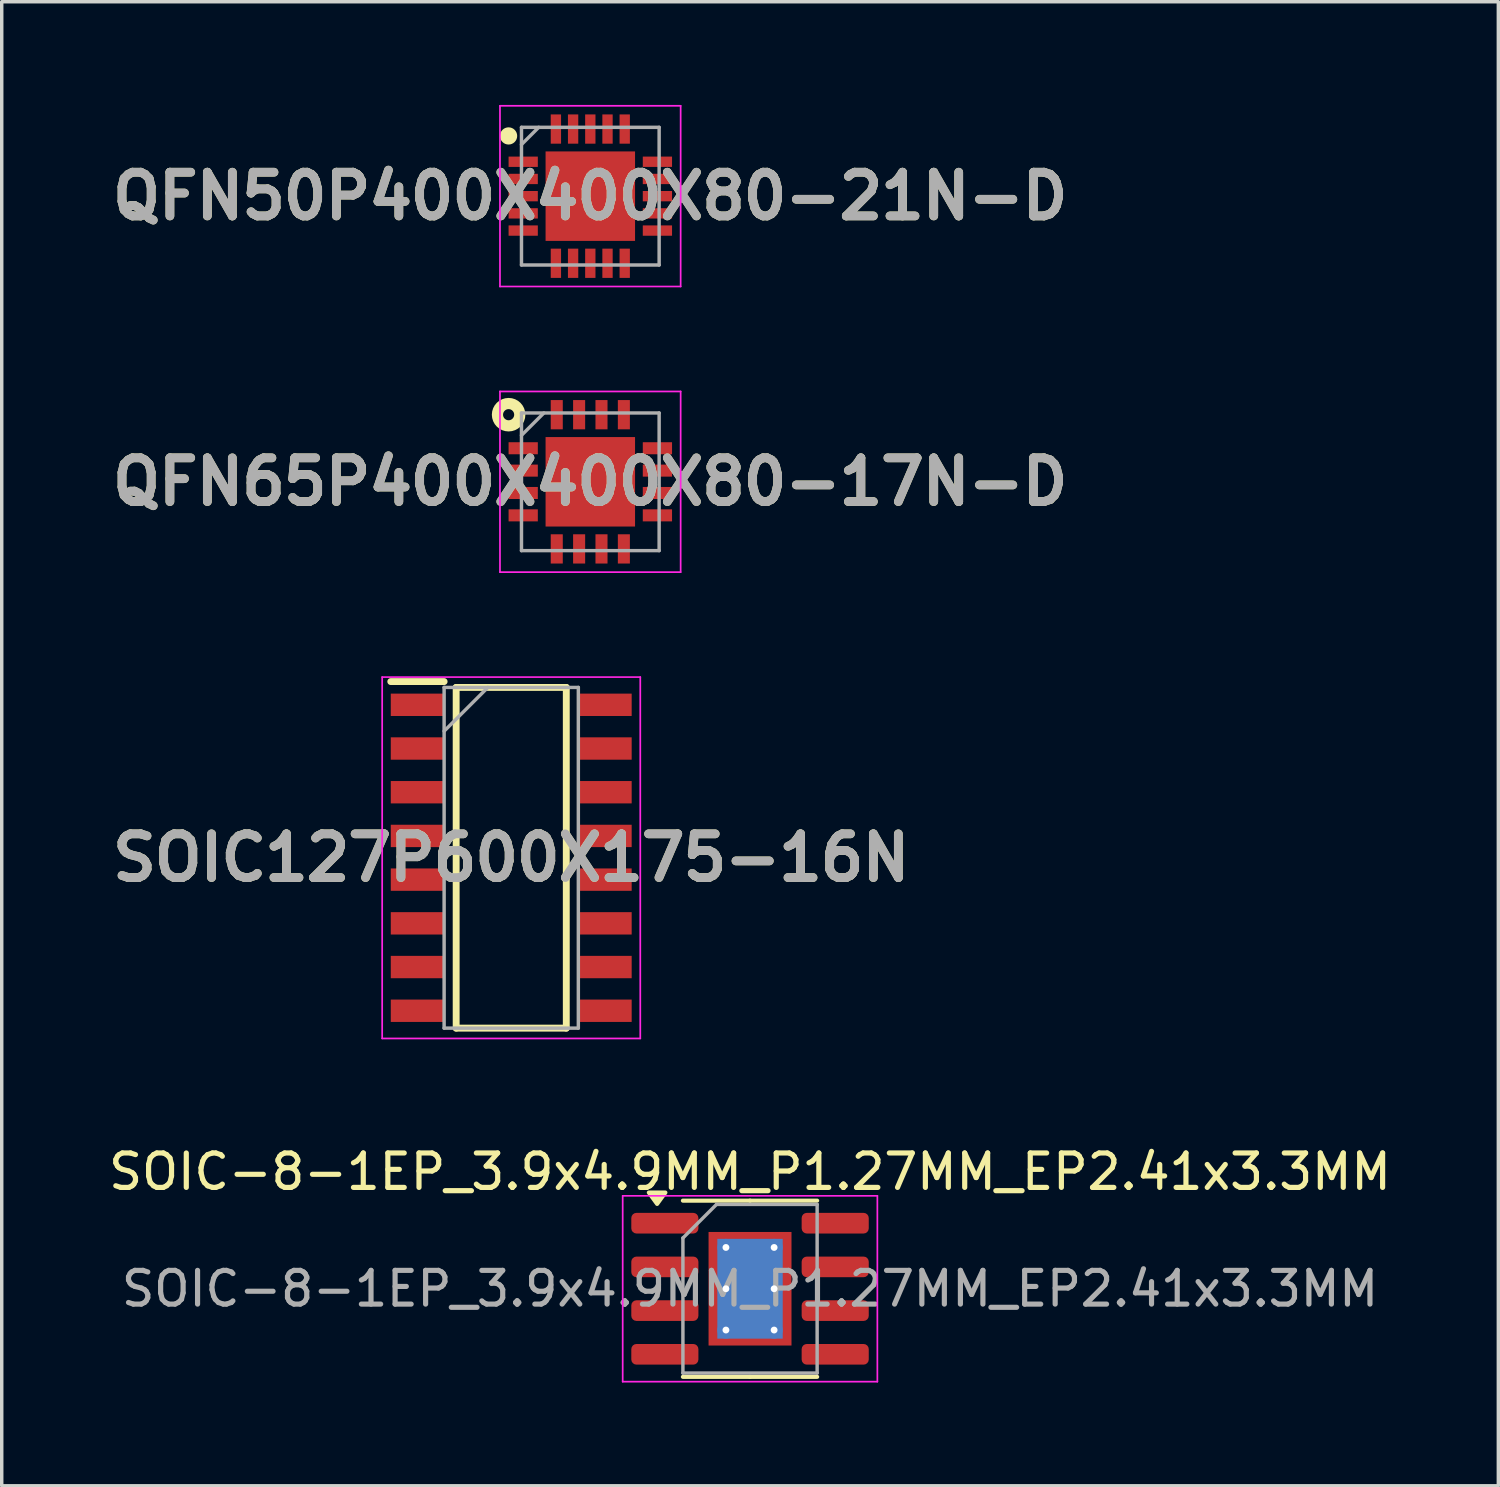
<source format=kicad_pcb>
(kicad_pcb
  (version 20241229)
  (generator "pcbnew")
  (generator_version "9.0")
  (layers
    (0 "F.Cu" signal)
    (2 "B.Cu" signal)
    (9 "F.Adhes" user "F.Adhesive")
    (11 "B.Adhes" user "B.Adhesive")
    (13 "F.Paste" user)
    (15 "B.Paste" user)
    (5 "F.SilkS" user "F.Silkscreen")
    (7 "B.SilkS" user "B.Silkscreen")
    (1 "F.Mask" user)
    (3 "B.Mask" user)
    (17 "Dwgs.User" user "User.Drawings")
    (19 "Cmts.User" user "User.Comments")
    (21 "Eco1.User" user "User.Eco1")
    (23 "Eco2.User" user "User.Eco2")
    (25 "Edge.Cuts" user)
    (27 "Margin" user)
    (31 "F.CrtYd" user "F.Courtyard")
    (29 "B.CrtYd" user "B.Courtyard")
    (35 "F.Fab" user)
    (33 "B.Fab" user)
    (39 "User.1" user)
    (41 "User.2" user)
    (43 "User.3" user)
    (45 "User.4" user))
  (footprint "SOIC-8-1EP_3.9x4.9MM_P1.27MM_EP2.41x3.3MM"
    (layer "F.Cu")
    (at 18.744 34.398)
    (property "Reference" "SOIC-8-1EP_3.9x4.9MM_P1.27MM_EP2.41x3.3MM" (at 0 -3.4 0) (layer "F.SilkS") (effects (font (size 1 1) (thickness 0.15))))
    (attr smd)
    (fp_line (start 0 -2.56) (end -1.95 -2.56) (stroke (width 0.12) (type solid)) (layer "F.SilkS"))
    (fp_line (start 0 -2.56) (end 1.95 -2.56) (stroke (width 0.12) (type solid)) (layer "F.SilkS"))
    (fp_line (start 0 2.56) (end -1.95 2.56) (stroke (width 0.12) (type solid)) (layer "F.SilkS"))
    (fp_line (start 0 2.56) (end 1.95 2.56) (stroke (width 0.12) (type solid)) (layer "F.SilkS"))
    (fp_poly (pts (xy -2.7 -2.465) (xy -2.94 -2.795) (xy -2.46 -2.795) (xy -2.7 -2.465)) (stroke (width 0.12) (type solid)) (fill yes) (layer "F.SilkS"))
    (fp_line (start -3.7 -2.7) (end -3.7 2.7) (stroke (width 0.05) (type solid)) (layer "F.CrtYd"))
    (fp_line (start -3.7 2.7) (end 3.7 2.7) (stroke (width 0.05) (type solid)) (layer "F.CrtYd"))
    (fp_line (start 3.7 -2.7) (end -3.7 -2.7) (stroke (width 0.05) (type solid)) (layer "F.CrtYd"))
    (fp_line (start 3.7 2.7) (end 3.7 -2.7) (stroke (width 0.05) (type solid)) (layer "F.CrtYd"))
    (fp_line (start -1.95 -1.475) (end -0.975 -2.45) (stroke (width 0.1) (type solid)) (layer "F.Fab"))
    (fp_line (start -1.95 2.45) (end -1.95 -1.475) (stroke (width 0.1) (type solid)) (layer "F.Fab"))
    (fp_line (start -0.975 -2.45) (end 1.95 -2.45) (stroke (width 0.1) (type solid)) (layer "F.Fab"))
    (fp_line (start 1.95 -2.45) (end 1.95 2.45) (stroke (width 0.1) (type solid)) (layer "F.Fab"))
    (fp_line (start 1.95 2.45) (end -1.95 2.45) (stroke (width 0.1) (type solid)) (layer "F.Fab"))
    (fp_text user "${REFERENCE}" (at 0 0 0) (layer "F.Fab") (effects (font (size 0.98 0.98) (thickness 0.15))))
    (pad "" smd roundrect (at -0.6 -0.825) (size 1.01 1.38) (layers "F.Paste") (roundrect_rratio 0.248))
    (pad "" smd roundrect (at -0.6 0.825) (size 1.01 1.38) (layers "F.Paste") (roundrect_rratio 0.248))
    (pad "" smd roundrect (at 0.6 -0.825) (size 1.01 1.38) (layers "F.Paste") (roundrect_rratio 0.248))
    (pad "" smd roundrect (at 0.6 0.825) (size 1.01 1.38) (layers "F.Paste") (roundrect_rratio 0.248))
    (pad "1" smd roundrect (at -2.475 -1.905) (size 1.95 0.6) (layers "F.Cu" "F.Mask" "F.Paste") (roundrect_rratio 0.25))
    (pad "2" smd roundrect (at -2.475 -0.635) (size 1.95 0.6) (layers "F.Cu" "F.Mask" "F.Paste") (roundrect_rratio 0.25))
    (pad "3" smd roundrect (at -2.475 0.635) (size 1.95 0.6) (layers "F.Cu" "F.Mask" "F.Paste") (roundrect_rratio 0.25))
    (pad "4" smd roundrect (at -2.475 1.905) (size 1.95 0.6) (layers "F.Cu" "F.Mask" "F.Paste") (roundrect_rratio 0.25))
    (pad "5" smd roundrect (at 2.475 1.905) (size 1.95 0.6) (layers "F.Cu" "F.Mask" "F.Paste") (roundrect_rratio 0.25))
    (pad "6" smd roundrect (at 2.475 0.635) (size 1.95 0.6) (layers "F.Cu" "F.Mask" "F.Paste") (roundrect_rratio 0.25))
    (pad "7" smd roundrect (at 2.475 -0.635) (size 1.95 0.6) (layers "F.Cu" "F.Mask" "F.Paste") (roundrect_rratio 0.25))
    (pad "8" smd roundrect (at 2.475 -1.905) (size 1.95 0.6) (layers "F.Cu" "F.Mask" "F.Paste") (roundrect_rratio 0.25))
    (pad "9" thru_hole circle (at -0.7 -1.2) (size 0.5 0.5) (drill 0.2) (property pad_prop_heatsink) (layers "*.Cu"))
    (pad "9" thru_hole circle (at -0.7 0) (size 0.5 0.5) (drill 0.2) (property pad_prop_heatsink) (layers "*.Cu"))
    (pad "9" thru_hole circle (at -0.7 1.2) (size 0.5 0.5) (drill 0.2) (property pad_prop_heatsink) (layers "*.Cu"))
    (pad "9" smd rect (at 0 0) (size 1.9 2.9) (property pad_prop_heatsink) (layers "B.Cu"))
    (pad "9" smd rect (at 0 0) (size 2.41 3.3) (property pad_prop_heatsink) (layers "F.Cu" "F.Mask"))
    (pad "9" thru_hole circle (at 0.7 -1.2) (size 0.5 0.5) (drill 0.2) (property pad_prop_heatsink) (layers "*.Cu"))
    (pad "9" thru_hole circle (at 0.7 0) (size 0.5 0.5) (drill 0.2) (property pad_prop_heatsink) (layers "*.Cu"))
    (pad "9" thru_hole circle (at 0.7 1.2) (size 0.5 0.5) (drill 0.2) (property pad_prop_heatsink) (layers "*.Cu")))
  (footprint "QFN65P400X400X80-17N-D"
    (layer "F.Cu")
    (at 14.103 10.95)
    (property "Reference" "QFN65P400X400X80-17N-D" (at 0 0 0) (layer "F.SilkS") (effects (font (size 1.27 1.27) (thickness 0.254))))
    (attr smd)
    (fp_circle (center -2.374 -1.95) (end -2.374 -1.788) (stroke (width 0.325) (type solid)) (fill no) (layer "F.SilkS"))
    (fp_line (start -2.625 -2.625) (end 2.625 -2.625) (stroke (width 0.05) (type solid)) (layer "F.CrtYd"))
    (fp_line (start -2.625 2.625) (end -2.625 -2.625) (stroke (width 0.05) (type solid)) (layer "F.CrtYd"))
    (fp_line (start 2.625 -2.625) (end 2.625 2.625) (stroke (width 0.05) (type solid)) (layer "F.CrtYd"))
    (fp_line (start 2.625 2.625) (end -2.625 2.625) (stroke (width 0.05) (type solid)) (layer "F.CrtYd"))
    (fp_line (start -2 -2) (end 2 -2) (stroke (width 0.1) (type solid)) (layer "F.Fab"))
    (fp_line (start -2 -1.35) (end -1.35 -2) (stroke (width 0.1) (type solid)) (layer "F.Fab"))
    (fp_line (start -2 2) (end -2 -2) (stroke (width 0.1) (type solid)) (layer "F.Fab"))
    (fp_line (start 2 -2) (end 2 2) (stroke (width 0.1) (type solid)) (layer "F.Fab"))
    (fp_line (start 2 2) (end -2 2) (stroke (width 0.1) (type solid)) (layer "F.Fab"))
    (fp_text user "${REFERENCE}" (at 0 0 0) (layer "F.Fab") (effects (font (size 1.27 1.27) (thickness 0.254))))
    (pad "1" smd rect (at -1.95 -0.975 90) (size 0.35 0.85) (layers "F.Cu" "F.Mask" "F.Paste"))
    (pad "2" smd rect (at -1.95 -0.325 90) (size 0.35 0.85) (layers "F.Cu" "F.Mask" "F.Paste"))
    (pad "3" smd rect (at -1.95 0.325 90) (size 0.35 0.85) (layers "F.Cu" "F.Mask" "F.Paste"))
    (pad "4" smd rect (at -1.95 0.975 90) (size 0.35 0.85) (layers "F.Cu" "F.Mask" "F.Paste"))
    (pad "5" smd rect (at -0.975 1.95) (size 0.35 0.85) (layers "F.Cu" "F.Mask" "F.Paste"))
    (pad "6" smd rect (at -0.325 1.95) (size 0.35 0.85) (layers "F.Cu" "F.Mask" "F.Paste"))
    (pad "7" smd rect (at 0.325 1.95) (size 0.35 0.85) (layers "F.Cu" "F.Mask" "F.Paste"))
    (pad "8" smd rect (at 0.975 1.95) (size 0.35 0.85) (layers "F.Cu" "F.Mask" "F.Paste"))
    (pad "9" smd rect (at 1.95 0.975 90) (size 0.35 0.85) (layers "F.Cu" "F.Mask" "F.Paste"))
    (pad "10" smd rect (at 1.95 0.325 90) (size 0.35 0.85) (layers "F.Cu" "F.Mask" "F.Paste"))
    (pad "11" smd rect (at 1.95 -0.325 90) (size 0.35 0.85) (layers "F.Cu" "F.Mask" "F.Paste"))
    (pad "12" smd rect (at 1.95 -0.975 90) (size 0.35 0.85) (layers "F.Cu" "F.Mask" "F.Paste"))
    (pad "13" smd rect (at 0.975 -1.95) (size 0.35 0.85) (layers "F.Cu" "F.Mask" "F.Paste"))
    (pad "14" smd rect (at 0.325 -1.95) (size 0.35 0.85) (layers "F.Cu" "F.Mask" "F.Paste"))
    (pad "15" smd rect (at -0.325 -1.95) (size 0.35 0.85) (layers "F.Cu" "F.Mask" "F.Paste"))
    (pad "16" smd rect (at -0.975 -1.95) (size 0.35 0.85) (layers "F.Cu" "F.Mask" "F.Paste"))
    (pad "17" smd rect (at 0 0) (size 2.6 2.6) (layers "F.Cu" "F.Mask" "F.Paste")))
  (footprint "SOIC127P600X175-16N"
    (layer "F.Cu")
    (at 11.805 21.875)
    (property "Reference" "SOIC127P600X175-16N" (at 0 0 0) (layer "F.SilkS") (effects (font (size 1.27 1.27) (thickness 0.254))))
    (attr smd)
    (fp_line (start -3.5 -5.12) (end -1.95 -5.12) (stroke (width 0.2) (type solid)) (layer "F.SilkS"))
    (fp_line (start -1.6 -4.95) (end 1.6 -4.95) (stroke (width 0.2) (type solid)) (layer "F.SilkS"))
    (fp_line (start -1.6 4.95) (end -1.6 -4.95) (stroke (width 0.2) (type solid)) (layer "F.SilkS"))
    (fp_line (start 1.6 -4.95) (end 1.6 4.95) (stroke (width 0.2) (type solid)) (layer "F.SilkS"))
    (fp_line (start 1.6 4.95) (end -1.6 4.95) (stroke (width 0.2) (type solid)) (layer "F.SilkS"))
    (fp_line (start -3.75 -5.25) (end 3.75 -5.25) (stroke (width 0.05) (type solid)) (layer "F.CrtYd"))
    (fp_line (start -3.75 5.25) (end -3.75 -5.25) (stroke (width 0.05) (type solid)) (layer "F.CrtYd"))
    (fp_line (start 3.75 -5.25) (end 3.75 5.25) (stroke (width 0.05) (type solid)) (layer "F.CrtYd"))
    (fp_line (start 3.75 5.25) (end -3.75 5.25) (stroke (width 0.05) (type solid)) (layer "F.CrtYd"))
    (fp_line (start -1.95 -4.95) (end 1.95 -4.95) (stroke (width 0.1) (type solid)) (layer "F.Fab"))
    (fp_line (start -1.95 -3.68) (end -0.68 -4.95) (stroke (width 0.1) (type solid)) (layer "F.Fab"))
    (fp_line (start -1.95 4.95) (end -1.95 -4.95) (stroke (width 0.1) (type solid)) (layer "F.Fab"))
    (fp_line (start 1.95 -4.95) (end 1.95 4.95) (stroke (width 0.1) (type solid)) (layer "F.Fab"))
    (fp_line (start 1.95 4.95) (end -1.95 4.95) (stroke (width 0.1) (type solid)) (layer "F.Fab"))
    (fp_text user "${REFERENCE}" (at 0 0 0) (layer "F.Fab") (effects (font (size 1.27 1.27) (thickness 0.254))))
    (pad "1" smd rect (at -2.725 -4.445 90) (size 0.65 1.55) (layers "F.Cu" "F.Mask" "F.Paste"))
    (pad "2" smd rect (at -2.725 -3.175 90) (size 0.65 1.55) (layers "F.Cu" "F.Mask" "F.Paste"))
    (pad "3" smd rect (at -2.725 -1.905 90) (size 0.65 1.55) (layers "F.Cu" "F.Mask" "F.Paste"))
    (pad "4" smd rect (at -2.725 -0.635 90) (size 0.65 1.55) (layers "F.Cu" "F.Mask" "F.Paste"))
    (pad "5" smd rect (at -2.725 0.635 90) (size 0.65 1.55) (layers "F.Cu" "F.Mask" "F.Paste"))
    (pad "6" smd rect (at -2.725 1.905 90) (size 0.65 1.55) (layers "F.Cu" "F.Mask" "F.Paste"))
    (pad "7" smd rect (at -2.725 3.175 90) (size 0.65 1.55) (layers "F.Cu" "F.Mask" "F.Paste"))
    (pad "8" smd rect (at -2.725 4.445 90) (size 0.65 1.55) (layers "F.Cu" "F.Mask" "F.Paste"))
    (pad "9" smd rect (at 2.725 4.445 90) (size 0.65 1.55) (layers "F.Cu" "F.Mask" "F.Paste"))
    (pad "10" smd rect (at 2.725 3.175 90) (size 0.65 1.55) (layers "F.Cu" "F.Mask" "F.Paste"))
    (pad "11" smd rect (at 2.725 1.905 90) (size 0.65 1.55) (layers "F.Cu" "F.Mask" "F.Paste"))
    (pad "12" smd rect (at 2.725 0.635 90) (size 0.65 1.55) (layers "F.Cu" "F.Mask" "F.Paste"))
    (pad "13" smd rect (at 2.725 -0.635 90) (size 0.65 1.55) (layers "F.Cu" "F.Mask" "F.Paste"))
    (pad "14" smd rect (at 2.725 -1.905 90) (size 0.65 1.55) (layers "F.Cu" "F.Mask" "F.Paste"))
    (pad "15" smd rect (at 2.725 -3.175 90) (size 0.65 1.55) (layers "F.Cu" "F.Mask" "F.Paste"))
    (pad "16" smd rect (at 2.725 -4.445 90) (size 0.65 1.55) (layers "F.Cu" "F.Mask" "F.Paste")))
  (footprint "QFN50P400X400X80-21N-D"
    (layer "F.Cu")
    (at 14.103 2.65)
    (property "Reference" "QFN50P400X400X80-21N-D" (at 0 0 0) (layer "F.SilkS") (effects (font (size 1.27 1.27) (thickness 0.254))))
    (attr smd)
    (fp_circle (center -2.375 -1.75) (end -2.375 -1.625) (stroke (width 0.25) (type solid)) (fill no) (layer "F.SilkS"))
    (fp_line (start -2.625 -2.625) (end 2.625 -2.625) (stroke (width 0.05) (type solid)) (layer "F.CrtYd"))
    (fp_line (start -2.625 2.625) (end -2.625 -2.625) (stroke (width 0.05) (type solid)) (layer "F.CrtYd"))
    (fp_line (start 2.625 -2.625) (end 2.625 2.625) (stroke (width 0.05) (type solid)) (layer "F.CrtYd"))
    (fp_line (start 2.625 2.625) (end -2.625 2.625) (stroke (width 0.05) (type solid)) (layer "F.CrtYd"))
    (fp_line (start -2 -2) (end 2 -2) (stroke (width 0.1) (type solid)) (layer "F.Fab"))
    (fp_line (start -2 -1.5) (end -1.5 -2) (stroke (width 0.1) (type solid)) (layer "F.Fab"))
    (fp_line (start -2 2) (end -2 -2) (stroke (width 0.1) (type solid)) (layer "F.Fab"))
    (fp_line (start 2 -2) (end 2 2) (stroke (width 0.1) (type solid)) (layer "F.Fab"))
    (fp_line (start 2 2) (end -2 2) (stroke (width 0.1) (type solid)) (layer "F.Fab"))
    (fp_text user "${REFERENCE}" (at 0 0 0) (layer "F.Fab") (effects (font (size 1.27 1.27) (thickness 0.254))))
    (pad "1" smd rect (at -1.95 -1 90) (size 0.3 0.85) (layers "F.Cu" "F.Mask" "F.Paste"))
    (pad "2" smd rect (at -1.95 -0.5 90) (size 0.3 0.85) (layers "F.Cu" "F.Mask" "F.Paste"))
    (pad "3" smd rect (at -1.95 0 90) (size 0.3 0.85) (layers "F.Cu" "F.Mask" "F.Paste"))
    (pad "4" smd rect (at -1.95 0.5 90) (size 0.3 0.85) (layers "F.Cu" "F.Mask" "F.Paste"))
    (pad "5" smd rect (at -1.95 1 90) (size 0.3 0.85) (layers "F.Cu" "F.Mask" "F.Paste"))
    (pad "6" smd rect (at -1 1.95) (size 0.3 0.85) (layers "F.Cu" "F.Mask" "F.Paste"))
    (pad "7" smd rect (at -0.5 1.95) (size 0.3 0.85) (layers "F.Cu" "F.Mask" "F.Paste"))
    (pad "8" smd rect (at 0 1.95) (size 0.3 0.85) (layers "F.Cu" "F.Mask" "F.Paste"))
    (pad "9" smd rect (at 0.5 1.95) (size 0.3 0.85) (layers "F.Cu" "F.Mask" "F.Paste"))
    (pad "10" smd rect (at 1 1.95) (size 0.3 0.85) (layers "F.Cu" "F.Mask" "F.Paste"))
    (pad "11" smd rect (at 1.95 1 90) (size 0.3 0.85) (layers "F.Cu" "F.Mask" "F.Paste"))
    (pad "12" smd rect (at 1.95 0.5 90) (size 0.3 0.85) (layers "F.Cu" "F.Mask" "F.Paste"))
    (pad "13" smd rect (at 1.95 0 90) (size 0.3 0.85) (layers "F.Cu" "F.Mask" "F.Paste"))
    (pad "14" smd rect (at 1.95 -0.5 90) (size 0.3 0.85) (layers "F.Cu" "F.Mask" "F.Paste"))
    (pad "15" smd rect (at 1.95 -1 90) (size 0.3 0.85) (layers "F.Cu" "F.Mask" "F.Paste"))
    (pad "16" smd rect (at 1 -1.95) (size 0.3 0.85) (layers "F.Cu" "F.Mask" "F.Paste"))
    (pad "17" smd rect (at 0.5 -1.95) (size 0.3 0.85) (layers "F.Cu" "F.Mask" "F.Paste"))
    (pad "18" smd rect (at 0 -1.95) (size 0.3 0.85) (layers "F.Cu" "F.Mask" "F.Paste"))
    (pad "19" smd rect (at -0.5 -1.95) (size 0.3 0.85) (layers "F.Cu" "F.Mask" "F.Paste"))
    (pad "20" smd rect (at -1 -1.95) (size 0.3 0.85) (layers "F.Cu" "F.Mask" "F.Paste"))
    (pad "21" smd rect (at 0 0) (size 2.6 2.6) (layers "F.Cu" "F.Mask" "F.Paste")))
  (gr_rect
    (start -3 -3)
    (end 40.488 40.123)
    (stroke (width 0.1) (type default))
    (fill no)
    (layer "Edge.Cuts")))
</source>
